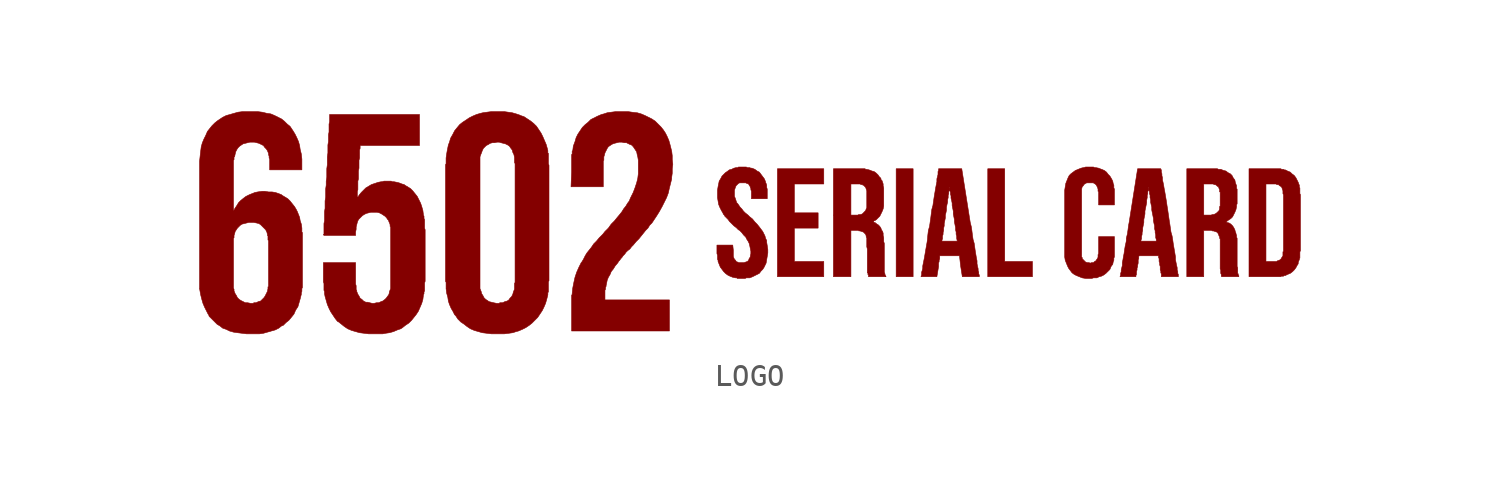
<source format=kicad_sym>
(kicad_symbol_lib
  (version 20231120)
  (generator "kicad_symbol_editor")
  (generator_version "8.0")
  (symbol "LOGO"
    (pin_names
      (offset 1.016))
    (property "Reference" "#G"
      (at 0 -4.242 0)
      (effects (font (size 1.524 1.524)) (hide yes)))
    (symbol "LOGO_0_0"
      (polyline (pts (xy 2.057 2.438) (xy 1.295 2.438) (xy 1.295 -2.413) (xy 2.057 -2.413) (xy 2.057 2.438)) (stroke (width 0.025) (type solid)) (fill (type outline)))
      (polyline (pts (xy 7.417 -1.727) (xy 6.172 -1.727) (xy 6.172 2.438) (xy 5.41 2.438) (xy 5.41 -2.413) (xy 7.417 -2.413) (xy 7.417 -1.727)) (stroke (width 0.025) (type solid)) (fill (type outline)))
      (polyline (pts (xy -1.956 -1.727) (xy -3.277 -1.727) (xy -3.277 -0.229) (xy -2.21 -0.229) (xy -2.21 0.457) (xy -3.277 0.457) (xy -3.277 1.753) (xy -1.956 1.753) (xy -1.956 2.438) (xy -4.039 2.438) (xy -4.039 -2.413) (xy -1.956 -2.413) (xy -1.956 -1.727)) (stroke (width 0.025) (type solid)) (fill (type outline)))
      (polyline (pts (xy 18.593 -2.388) (xy 18.694 -2.388) (xy 18.72 -2.362) (xy 18.771 -2.362) (xy 18.872 -2.311) (xy 18.999 -2.261) (xy 19.101 -2.184) (xy 19.177 -2.108) (xy 19.253 -2.007) (xy 19.304 -1.905) (xy 19.329 -1.88) (xy 19.355 -1.829) (xy 19.355 -1.778) (xy 19.38 -1.702) (xy 19.406 -1.651) (xy 19.406 -1.6) (xy 19.431 -1.575) (xy 19.431 -1.295) (xy 19.456 -1.245) (xy 19.456 1.27) (xy 19.431 1.321) (xy 19.431 1.575) (xy 19.406 1.6) (xy 19.406 1.702) (xy 19.38 1.753) (xy 19.355 1.829) (xy 19.253 2.032) (xy 19.177 2.134) (xy 19.075 2.21) (xy 18.999 2.286) (xy 18.872 2.337) (xy 18.771 2.388) (xy 18.72 2.388) (xy 18.694 2.413) (xy 18.618 2.413) (xy 18.567 2.438) (xy 17.145 2.438) (xy 17.145 -1.727) (xy 17.907 -1.727) (xy 17.907 1.753) (xy 18.364 1.753) (xy 18.39 1.727) (xy 18.466 1.727) (xy 18.517 1.676) (xy 18.567 1.651) (xy 18.618 1.6) (xy 18.669 1.448) (xy 18.669 1.321) (xy 18.694 1.27) (xy 18.694 -1.27) (xy 18.669 -1.295) (xy 18.669 -1.473) (xy 18.618 -1.549) (xy 18.593 -1.6) (xy 18.542 -1.651) (xy 18.491 -1.676) (xy 18.415 -1.702) (xy 18.39 -1.727) (xy 17.907 -1.727) (xy 17.145 -1.727) (xy 17.145 -2.413) (xy 18.567 -2.413) (xy 18.593 -2.388)) (stroke (width 0.025) (type solid)) (fill (type outline)))
      (polyline (pts (xy 10.16 -2.464) (xy 10.312 -2.464) (xy 10.414 -2.413) (xy 10.516 -2.388) (xy 10.617 -2.337) (xy 10.719 -2.261) (xy 10.897 -2.083) (xy 10.947 -1.956) (xy 11.024 -1.854) (xy 11.049 -1.727) (xy 11.074 -1.676) (xy 11.074 -1.575) (xy 11.1 -1.524) (xy 11.1 -0.61) (xy 10.389 -0.61) (xy 10.389 -1.372) (xy 10.363 -1.422) (xy 10.363 -1.549) (xy 10.338 -1.575) (xy 10.338 -1.6) (xy 10.312 -1.626) (xy 10.262 -1.702) (xy 10.211 -1.727) (xy 10.16 -1.778) (xy 10.084 -1.778) (xy 10.008 -1.803) (xy 9.957 -1.778) (xy 9.881 -1.778) (xy 9.804 -1.753) (xy 9.652 -1.6) (xy 9.652 -1.549) (xy 9.627 -1.524) (xy 9.627 1.524) (xy 9.652 1.626) (xy 9.703 1.676) (xy 9.728 1.727) (xy 9.804 1.778) (xy 9.855 1.803) (xy 10.16 1.803) (xy 10.185 1.778) (xy 10.236 1.753) (xy 10.287 1.702) (xy 10.338 1.6) (xy 10.363 1.524) (xy 10.363 1.422) (xy 10.389 1.422) (xy 10.389 0.813) (xy 11.1 0.813) (xy 11.1 1.524) (xy 11.074 1.575) (xy 11.074 1.702) (xy 11.049 1.753) (xy 11.024 1.88) (xy 10.973 1.981) (xy 10.897 2.108) (xy 10.82 2.184) (xy 10.744 2.286) (xy 10.643 2.362) (xy 10.389 2.464) (xy 10.262 2.489) (xy 10.211 2.489) (xy 10.16 2.515) (xy 9.804 2.515) (xy 9.728 2.489) (xy 9.703 2.489) (xy 9.601 2.464) (xy 9.347 2.362) (xy 9.144 2.21) (xy 9.068 2.134) (xy 9.017 2.032) (xy 8.915 1.778) (xy 8.865 1.473) (xy 8.865 -1.524) (xy 8.89 -1.676) (xy 8.992 -1.93) (xy 9.042 -2.032) (xy 9.195 -2.235) (xy 9.296 -2.311) (xy 9.398 -2.362) (xy 9.652 -2.464) (xy 9.804 -2.489) (xy 10.084 -2.489) (xy 10.16 -2.464)) (stroke (width 0.025) (type solid)) (fill (type outline)))
      (polyline (pts (xy -0.737 -0.33) (xy -0.406 -0.33) (xy -0.381 -0.356) (xy -0.33 -0.356) (xy -0.178 -0.406) (xy -0.076 -0.508) (xy -0.051 -0.584) (xy -0.051 -0.635) (xy -0.025 -0.66) (xy -0.025 -1.067) (xy 0 -1.168) (xy 0 -2.235) (xy 0.025 -2.235) (xy 0.025 -2.311) (xy 0.051 -2.337) (xy 0.051 -2.413) (xy 0.838 -2.413) (xy 0.838 -2.388) (xy 0.813 -2.388) (xy 0.813 -2.337) (xy 0.787 -2.311) (xy 0.787 -2.261) (xy 0.762 -2.21) (xy 0.762 -0.914) (xy 0.737 -0.838) (xy 0.737 -0.66) (xy 0.711 -0.559) (xy 0.711 -0.457) (xy 0.686 -0.381) (xy 0.635 -0.305) (xy 0.61 -0.229) (xy 0.559 -0.152) (xy 0.483 -0.076) (xy 0.432 -0.051) (xy 0.406 -0.025) (xy 0.356 0) (xy 0.356 0.025) (xy 0.305 0.025) (xy 0.279 0.051) (xy 0.254 0.051) (xy 0.254 0.076) (xy 0.279 0.076) (xy 0.305 0.102) (xy 0.33 0.102) (xy 0.406 0.152) (xy 0.559 0.305) (xy 0.66 0.508) (xy 0.711 0.635) (xy 0.737 0.762) (xy 0.737 1.575) (xy 0.711 1.676) (xy 0.711 1.753) (xy 0.66 1.905) (xy 0.61 1.956) (xy 0.61 2.007) (xy 0.533 2.083) (xy 0.483 2.159) (xy 0.406 2.235) (xy 0.305 2.311) (xy 0.203 2.337) (xy 0.076 2.388) (xy -0.051 2.413) (xy -0.076 2.413) (xy -0.102 2.438) (xy -1.524 2.438) (xy -1.524 0.356) (xy -0.737 0.356) (xy -0.737 1.753) (xy -0.33 1.753) (xy -0.279 1.727) (xy -0.229 1.727) (xy -0.203 1.702) (xy -0.178 1.702) (xy -0.076 1.6) (xy -0.025 1.448) (xy -0.025 0.686) (xy -0.051 0.635) (xy -0.076 0.559) (xy -0.229 0.406) (xy -0.305 0.381) (xy -0.381 0.381) (xy -0.432 0.356) (xy -0.737 0.356) (xy -1.524 0.356) (xy -1.524 -2.413) (xy -0.737 -2.413) (xy -0.737 -0.33)) (stroke (width 0.025) (type solid)) (fill (type outline)))
      (polyline (pts (xy 15.113 -0.33) (xy 15.469 -0.33) (xy 15.494 -0.356) (xy 15.545 -0.356) (xy 15.697 -0.406) (xy 15.748 -0.457) (xy 15.773 -0.508) (xy 15.799 -0.584) (xy 15.824 -0.61) (xy 15.824 -0.686) (xy 15.85 -0.711) (xy 15.85 -2.057) (xy 15.875 -2.108) (xy 15.875 -2.261) (xy 15.9 -2.311) (xy 15.9 -2.388) (xy 15.926 -2.413) (xy 16.688 -2.413) (xy 16.688 -2.362) (xy 16.662 -2.337) (xy 16.662 -2.286) (xy 16.637 -2.261) (xy 16.637 -2.007) (xy 16.612 -1.956) (xy 16.612 -0.686) (xy 16.586 -0.635) (xy 16.586 -0.533) (xy 16.561 -0.508) (xy 16.561 -0.457) (xy 16.535 -0.406) (xy 16.51 -0.305) (xy 16.459 -0.203) (xy 16.408 -0.127) (xy 16.332 -0.051) (xy 16.256 0) (xy 16.154 0.025) (xy 16.129 0.051) (xy 16.104 0.051) (xy 16.129 0.076) (xy 16.154 0.076) (xy 16.18 0.102) (xy 16.332 0.203) (xy 16.408 0.279) (xy 16.51 0.483) (xy 16.561 0.61) (xy 16.586 0.737) (xy 16.586 0.813) (xy 16.612 0.864) (xy 16.612 1.524) (xy 16.586 1.549) (xy 16.586 1.676) (xy 16.535 1.803) (xy 16.51 1.93) (xy 16.434 2.032) (xy 16.383 2.134) (xy 16.307 2.21) (xy 16.205 2.261) (xy 16.104 2.337) (xy 16.002 2.362) (xy 15.875 2.413) (xy 15.773 2.413) (xy 15.723 2.438) (xy 14.351 2.438) (xy 14.351 0.356) (xy 15.113 0.356) (xy 15.113 1.753) (xy 15.545 1.753) (xy 15.57 1.727) (xy 15.621 1.727) (xy 15.672 1.702) (xy 15.723 1.651) (xy 15.773 1.626) (xy 15.799 1.549) (xy 15.824 1.499) (xy 15.824 1.397) (xy 15.85 1.397) (xy 15.85 0.762) (xy 15.824 0.737) (xy 15.824 0.635) (xy 15.799 0.559) (xy 15.697 0.457) (xy 15.621 0.406) (xy 15.545 0.381) (xy 15.494 0.381) (xy 15.443 0.356) (xy 15.113 0.356) (xy 14.351 0.356) (xy 14.351 -2.413) (xy 15.113 -2.413) (xy 15.113 -0.33)) (stroke (width 0.025) (type solid)) (fill (type outline)))
      (polyline (pts (xy 3.2 -1.956) (xy 3.2 -1.803) (xy 3.226 -1.727) (xy 3.226 -1.676) (xy 3.251 -1.6) (xy 3.251 -1.473) (xy 4.14 -1.473) (xy 4.191 -1.93) (xy 4.267 -2.413) (xy 5.029 -2.413) (xy 5.029 -2.337) (xy 5.004 -2.286) (xy 5.004 -2.21) (xy 4.978 -2.134) (xy 4.978 -2.057) (xy 4.953 -1.956) (xy 4.928 -1.829) (xy 4.928 -1.702) (xy 4.902 -1.575) (xy 4.851 -1.27) (xy 4.801 -0.914) (xy 4.75 -0.737) (xy 4.724 -0.559) (xy 4.699 -0.356) (xy 4.674 -0.178) (xy 4.623 0.025) (xy 4.242 2.438) (xy 3.2 2.438) (xy 3.2 2.362) (xy 3.175 2.311) (xy 3.175 2.184) (xy 3.124 1.981) (xy 3.124 1.854) (xy 3.073 1.6) (xy 2.997 1.143) (xy 2.946 0.787) (xy 2.896 0.61) (xy 2.845 0.203) (xy 2.794 -0.152) (xy 2.743 -0.33) (xy 2.718 -0.533) (xy 2.692 -0.813) (xy 3.353 -0.813) (xy 3.353 -0.762) (xy 3.378 -0.711) (xy 3.378 -0.584) (xy 3.404 -0.508) (xy 3.404 -0.432) (xy 3.429 -0.33) (xy 3.429 -0.229) (xy 3.454 -0.127) (xy 3.454 -0.025) (xy 3.505 0.229) (xy 3.505 0.356) (xy 3.531 0.457) (xy 3.556 0.584) (xy 3.556 0.711) (xy 3.581 0.838) (xy 3.607 0.94) (xy 3.607 1.041) (xy 3.632 1.143) (xy 3.632 1.245) (xy 3.658 1.321) (xy 3.658 1.397) (xy 3.683 1.473) (xy 3.683 1.6) (xy 3.708 1.6) (xy 3.708 1.448) (xy 3.734 1.372) (xy 3.734 1.295) (xy 3.759 1.219) (xy 3.759 1.118) (xy 3.785 1.016) (xy 3.81 0.889) (xy 3.81 0.787) (xy 3.861 0.533) (xy 3.861 0.406) (xy 3.912 0.152) (xy 3.912 0.051) (xy 3.962 -0.203) (xy 3.962 -0.305) (xy 3.988 -0.406) (xy 3.988 -0.508) (xy 4.013 -0.584) (xy 4.013 -0.686) (xy 4.039 -0.813) (xy 3.353 -0.813) (xy 2.692 -0.813) (xy 2.616 -1.245) (xy 2.565 -1.549) (xy 2.489 -1.93) (xy 2.489 -2.032) (xy 2.464 -2.134) (xy 2.438 -2.21) (xy 2.438 -2.337) (xy 2.413 -2.388) (xy 2.413 -2.413) (xy 3.124 -2.413) (xy 3.2 -1.956)) (stroke (width 0.025) (type solid)) (fill (type outline)))
      (polyline (pts (xy 12.065 -2.362) (xy 12.09 -2.311) (xy 12.09 -2.184) (xy 12.116 -2.108) (xy 12.116 -2.032) (xy 12.141 -1.956) (xy 12.141 -1.905) (xy 12.167 -1.803) (xy 12.167 -1.651) (xy 12.192 -1.6) (xy 12.192 -1.499) (xy 12.217 -1.473) (xy 13.081 -1.473) (xy 13.081 -1.549) (xy 13.106 -1.6) (xy 13.106 -1.727) (xy 13.132 -1.803) (xy 13.132 -1.88) (xy 13.157 -1.956) (xy 13.157 -2.108) (xy 13.183 -2.159) (xy 13.183 -2.235) (xy 13.208 -2.286) (xy 13.208 -2.413) (xy 13.97 -2.413) (xy 13.97 -2.311) (xy 13.945 -2.261) (xy 13.945 -2.184) (xy 13.919 -2.108) (xy 13.919 -2.007) (xy 13.894 -1.905) (xy 13.843 -1.651) (xy 13.843 -1.524) (xy 13.741 -0.914) (xy 13.716 -0.737) (xy 13.691 -0.584) (xy 13.64 -0.406) (xy 13.589 -0.051) (xy 13.564 0.102) (xy 13.487 0.635) (xy 13.462 0.787) (xy 13.437 0.965) (xy 13.36 1.422) (xy 13.335 1.549) (xy 13.31 1.702) (xy 13.284 1.829) (xy 13.259 1.93) (xy 13.259 2.032) (xy 13.233 2.134) (xy 13.233 2.21) (xy 13.208 2.286) (xy 13.208 2.388) (xy 13.183 2.413) (xy 13.183 2.438) (xy 12.141 2.438) (xy 11.76 0.025) (xy 11.735 -0.102) (xy 11.709 -0.305) (xy 11.684 -0.483) (xy 11.633 -0.686) (xy 11.633 -0.813) (xy 12.294 -0.813) (xy 12.294 -0.762) (xy 12.319 -0.711) (xy 12.319 -0.61) (xy 12.344 -0.508) (xy 12.344 -0.432) (xy 12.37 -0.33) (xy 12.37 -0.229) (xy 12.421 0.025) (xy 12.421 0.152) (xy 12.471 0.406) (xy 12.471 0.533) (xy 12.548 0.914) (xy 12.548 1.016) (xy 12.573 1.143) (xy 12.573 1.245) (xy 12.598 1.321) (xy 12.598 1.397) (xy 12.624 1.473) (xy 12.624 1.6) (xy 12.649 1.6) (xy 12.649 1.473) (xy 12.675 1.397) (xy 12.675 1.321) (xy 12.7 1.245) (xy 12.7 1.143) (xy 12.725 1.041) (xy 12.725 0.94) (xy 12.751 0.813) (xy 12.776 0.711) (xy 12.776 0.584) (xy 12.852 0.203) (xy 12.852 0.102) (xy 12.878 -0.025) (xy 12.903 -0.127) (xy 12.903 -0.254) (xy 12.929 -0.356) (xy 12.929 -0.432) (xy 12.954 -0.533) (xy 12.954 -0.66) (xy 12.979 -0.737) (xy 12.979 -0.813) (xy 12.294 -0.813) (xy 11.633 -0.813) (xy 11.582 -1.041) (xy 11.557 -1.194) (xy 11.532 -1.372) (xy 11.506 -1.499) (xy 11.481 -1.651) (xy 11.455 -1.778) (xy 11.455 -1.905) (xy 11.405 -2.108) (xy 11.405 -2.184) (xy 11.379 -2.261) (xy 11.379 -2.362) (xy 11.354 -2.388) (xy 11.354 -2.413) (xy 12.065 -2.413) (xy 12.065 -2.362)) (stroke (width 0.025) (type solid)) (fill (type outline)))
      (polyline (pts (xy -16.104 -4.953) (xy -15.926 -4.928) (xy -15.773 -4.877) (xy -15.672 -4.851) (xy -15.494 -4.775) (xy -15.342 -4.699) (xy -15.189 -4.597) (xy -15.062 -4.496) (xy -14.808 -4.242) (xy -14.605 -3.937) (xy -14.529 -3.785) (xy -14.453 -3.607) (xy -14.402 -3.429) (xy -14.351 -3.226) (xy -14.351 -3.124) (xy -14.326 -3.099) (xy -14.326 -2.642) (xy -14.3 -2.591) (xy -14.3 2.591) (xy -14.326 2.667) (xy -14.326 3.124) (xy -14.351 3.15) (xy -14.351 3.251) (xy -14.376 3.353) (xy -14.427 3.531) (xy -14.58 3.886) (xy -14.656 4.039) (xy -14.859 4.343) (xy -14.986 4.47) (xy -15.113 4.572) (xy -15.418 4.775) (xy -15.57 4.826) (xy -15.621 4.851) (xy -15.773 4.902) (xy -15.951 4.953) (xy -16.307 5.004) (xy -16.891 5.004) (xy -17.094 4.978) (xy -17.272 4.953) (xy -17.374 4.928) (xy -17.551 4.877) (xy -17.729 4.801) (xy -17.882 4.724) (xy -18.186 4.521) (xy -18.313 4.42) (xy -18.44 4.267) (xy -18.542 4.14) (xy -18.618 3.988) (xy -18.72 3.81) (xy -18.771 3.632) (xy -18.821 3.505) (xy -18.872 3.251) (xy -18.898 3.099) (xy -18.923 2.921) (xy -18.923 2.667) (xy -18.948 2.616) (xy -18.948 -2.616) (xy -18.923 -2.667) (xy -18.923 -2.946) (xy -17.399 -2.946) (xy -17.399 2.972) (xy -17.374 3.048) (xy -17.323 3.175) (xy -17.297 3.251) (xy -17.247 3.353) (xy -17.12 3.48) (xy -17.018 3.531) (xy -16.942 3.581) (xy -16.84 3.607) (xy -16.739 3.607) (xy -16.637 3.632) (xy -16.535 3.632) (xy -16.459 3.607) (xy -16.256 3.556) (xy -16.154 3.505) (xy -16.078 3.454) (xy -16.027 3.378) (xy -15.951 3.277) (xy -15.926 3.175) (xy -15.875 3.073) (xy -15.85 2.946) (xy -15.85 2.718) (xy -15.824 2.667) (xy -15.824 -2.667) (xy -15.85 -2.718) (xy -15.85 -2.972) (xy -15.9 -3.099) (xy -15.926 -3.2) (xy -15.977 -3.302) (xy -16.053 -3.378) (xy -16.104 -3.454) (xy -16.18 -3.505) (xy -16.281 -3.531) (xy -16.383 -3.581) (xy -16.51 -3.581) (xy -16.535 -3.607) (xy -16.662 -3.607) (xy -16.789 -3.581) (xy -16.993 -3.531) (xy -17.145 -3.429) (xy -17.221 -3.353) (xy -17.272 -3.251) (xy -17.323 -3.175) (xy -17.348 -3.073) (xy -17.399 -2.946) (xy -18.923 -2.946) (xy -18.898 -3.15) (xy -18.847 -3.327) (xy -18.821 -3.505) (xy -18.771 -3.658) (xy -18.694 -3.835) (xy -18.618 -3.962) (xy -18.542 -4.115) (xy -18.491 -4.166) (xy -18.39 -4.318) (xy -18.263 -4.445) (xy -18.11 -4.547) (xy -17.983 -4.648) (xy -17.831 -4.75) (xy -17.653 -4.826) (xy -17.297 -4.928) (xy -16.891 -4.978) (xy -16.307 -4.978) (xy -16.104 -4.953)) (stroke (width 0.025) (type solid)) (fill (type outline)))
      (polyline (pts (xy -5.436 -2.464) (xy -5.283 -2.464) (xy -5.156 -2.413) (xy -4.851 -2.261) (xy -4.775 -2.159) (xy -4.699 -2.083) (xy -4.648 -2.007) (xy -4.547 -1.803) (xy -4.47 -1.346) (xy -4.47 -1.194) (xy -4.496 -1.016) (xy -4.521 -0.864) (xy -4.521 -0.787) (xy -4.572 -0.686) (xy -4.597 -0.584) (xy -4.699 -0.381) (xy -4.851 -0.178) (xy -4.953 -0.051) (xy -5.055 0.051) (xy -5.156 0.178) (xy -5.283 0.279) (xy -5.359 0.356) (xy -5.486 0.457) (xy -5.563 0.533) (xy -5.639 0.635) (xy -5.715 0.711) (xy -5.817 0.864) (xy -5.867 0.914) (xy -5.944 1.143) (xy -5.969 1.194) (xy -5.969 1.473) (xy -5.918 1.626) (xy -5.893 1.676) (xy -5.791 1.778) (xy -5.74 1.803) (xy -5.461 1.803) (xy -5.41 1.778) (xy -5.334 1.753) (xy -5.309 1.702) (xy -5.258 1.626) (xy -5.258 1.6) (xy -5.232 1.549) (xy -5.232 1.499) (xy -5.207 1.422) (xy -5.207 1.092) (xy -4.496 1.092) (xy -4.496 1.524) (xy -4.521 1.6) (xy -4.521 1.702) (xy -4.547 1.778) (xy -4.572 1.829) (xy -4.572 1.854) (xy -4.623 1.981) (xy -4.851 2.286) (xy -4.953 2.337) (xy -5.055 2.413) (xy -5.182 2.464) (xy -5.232 2.464) (xy -5.283 2.489) (xy -5.385 2.489) (xy -5.436 2.515) (xy -5.791 2.515) (xy -5.817 2.489) (xy -5.893 2.489) (xy -5.994 2.464) (xy -6.096 2.413) (xy -6.198 2.388) (xy -6.299 2.311) (xy -6.375 2.261) (xy -6.528 2.108) (xy -6.579 2.007) (xy -6.655 1.88) (xy -6.706 1.626) (xy -6.731 1.473) (xy -6.731 1.143) (xy -6.68 0.838) (xy -6.629 0.711) (xy -6.553 0.559) (xy -6.477 0.432) (xy -6.477 0.406) (xy -6.426 0.356) (xy -6.401 0.305) (xy -6.248 0.152) (xy -6.198 0.076) (xy -5.994 -0.127) (xy -5.893 -0.203) (xy -5.791 -0.305) (xy -5.74 -0.33) (xy -5.639 -0.432) (xy -5.563 -0.533) (xy -5.461 -0.635) (xy -5.41 -0.737) (xy -5.359 -0.813) (xy -5.309 -0.914) (xy -5.283 -1.016) (xy -5.232 -1.27) (xy -5.232 -1.372) (xy -5.258 -1.499) (xy -5.258 -1.524) (xy -5.309 -1.6) (xy -5.334 -1.676) (xy -5.385 -1.727) (xy -5.537 -1.778) (xy -5.791 -1.778) (xy -5.817 -1.753) (xy -5.842 -1.753) (xy -5.893 -1.727) (xy -5.918 -1.676) (xy -5.969 -1.626) (xy -5.994 -1.575) (xy -6.02 -1.499) (xy -6.02 -1.219) (xy -6.045 -0.991) (xy -6.756 -0.991) (xy -6.756 -1.372) (xy -6.731 -1.448) (xy -6.731 -1.626) (xy -6.706 -1.676) (xy -6.706 -1.727) (xy -6.604 -1.981) (xy -6.452 -2.184) (xy -6.375 -2.261) (xy -6.274 -2.337) (xy -6.172 -2.388) (xy -6.045 -2.438) (xy -5.918 -2.464) (xy -5.867 -2.464) (xy -5.842 -2.489) (xy -5.486 -2.489) (xy -5.436 -2.464)) (stroke (width 0.025) (type solid)) (fill (type outline)))
      (polyline (pts (xy -8.89 -3.454) (xy -11.786 -3.454) (xy -11.786 -3.023) (xy -11.76 -2.972) (xy -11.76 -2.896) (xy -11.735 -2.845) (xy -11.735 -2.819) (xy -11.684 -2.565) (xy -11.633 -2.438) (xy -11.557 -2.311) (xy -11.506 -2.184) (xy -11.405 -2.057) (xy -11.328 -1.93) (xy -11.201 -1.778) (xy -11.176 -1.727) (xy -11.125 -1.676) (xy -11.074 -1.6) (xy -11.024 -1.549) (xy -10.973 -1.473) (xy -10.897 -1.397) (xy -10.846 -1.321) (xy -10.77 -1.245) (xy -10.668 -1.168) (xy -10.592 -1.067) (xy -10.516 -0.991) (xy -10.389 -0.838) (xy -10.262 -0.711) (xy -9.957 -0.33) (xy -9.855 -0.229) (xy -9.779 -0.102) (xy -9.677 0) (xy -9.474 0.305) (xy -9.347 0.508) (xy -9.22 0.737) (xy -9.017 1.143) (xy -8.941 1.346) (xy -8.89 1.575) (xy -8.788 1.981) (xy -8.788 2.057) (xy -8.763 2.235) (xy -8.763 2.438) (xy -8.738 2.642) (xy -8.763 2.845) (xy -8.763 3.023) (xy -8.788 3.226) (xy -8.865 3.531) (xy -8.915 3.708) (xy -8.992 3.886) (xy -9.068 4.039) (xy -9.169 4.191) (xy -9.271 4.318) (xy -9.525 4.572) (xy -9.677 4.674) (xy -9.982 4.826) (xy -10.16 4.902) (xy -10.338 4.953) (xy -10.363 4.953) (xy -10.566 4.978) (xy -10.744 5.004) (xy -11.303 5.004) (xy -11.506 4.978) (xy -11.684 4.953) (xy -11.836 4.902) (xy -11.938 4.877) (xy -12.116 4.801) (xy -12.421 4.648) (xy -12.548 4.521) (xy -12.675 4.42) (xy -12.802 4.293) (xy -13.005 3.988) (xy -13.081 3.835) (xy -13.132 3.658) (xy -13.208 3.454) (xy -13.233 3.251) (xy -13.259 3.226) (xy -13.259 3.099) (xy -13.284 3.073) (xy -13.284 2.286) (xy -13.31 1.626) (xy -11.862 1.626) (xy -11.862 2.794) (xy -11.836 2.819) (xy -11.836 2.972) (xy -11.811 3.048) (xy -11.786 3.15) (xy -11.684 3.353) (xy -11.633 3.429) (xy -11.481 3.531) (xy -11.43 3.556) (xy -11.354 3.581) (xy -11.151 3.632) (xy -11.024 3.632) (xy -10.922 3.607) (xy -10.82 3.607) (xy -10.668 3.531) (xy -10.592 3.505) (xy -10.516 3.429) (xy -10.363 3.2) (xy -10.338 3.073) (xy -10.312 2.972) (xy -10.287 2.819) (xy -10.287 2.21) (xy -10.312 2.007) (xy -10.363 1.803) (xy -10.439 1.575) (xy -10.516 1.372) (xy -10.643 1.118) (xy -10.693 0.991) (xy -10.77 0.889) (xy -10.846 0.762) (xy -10.947 0.635) (xy -11.024 0.508) (xy -11.125 0.381) (xy -11.252 0.229) (xy -11.354 0.102) (xy -11.506 -0.051) (xy -11.633 -0.229) (xy -11.786 -0.381) (xy -11.887 -0.508) (xy -12.04 -0.66) (xy -12.167 -0.813) (xy -12.294 -0.94) (xy -12.395 -1.092) (xy -12.598 -1.346) (xy -12.675 -1.473) (xy -12.751 -1.626) (xy -12.827 -1.753) (xy -12.852 -1.778) (xy -12.954 -1.981) (xy -13.056 -2.21) (xy -13.132 -2.438) (xy -13.183 -2.667) (xy -13.233 -2.921) (xy -13.259 -3.175) (xy -13.259 -3.2) (xy -13.284 -3.251) (xy -13.284 -4.851) (xy -8.89 -4.851) (xy -8.89 -3.454)) (stroke (width 0.025) (type solid)) (fill (type outline)))
      (polyline (pts (xy -21.641 -4.953) (xy -21.463 -4.928) (xy -21.285 -4.877) (xy -21.107 -4.801) (xy -20.955 -4.75) (xy -20.879 -4.699) (xy -20.752 -4.597) (xy -20.599 -4.496) (xy -20.472 -4.369) (xy -20.269 -4.115) (xy -20.168 -3.962) (xy -20.015 -3.607) (xy -19.964 -3.429) (xy -19.939 -3.226) (xy -19.914 -3.175) (xy -19.914 -3.099) (xy -19.888 -3.048) (xy -19.888 -2.692) (xy -19.863 -2.616) (xy -19.863 -0.305) (xy -19.888 -0.229) (xy -19.888 0.152) (xy -19.914 0.203) (xy -19.914 0.305) (xy -19.939 0.356) (xy -19.964 0.559) (xy -20.015 0.737) (xy -20.066 0.889) (xy -20.218 1.194) (xy -20.422 1.448) (xy -20.523 1.549) (xy -20.777 1.702) (xy -20.803 1.727) (xy -20.904 1.753) (xy -21.031 1.803) (xy -21.133 1.829) (xy -21.26 1.854) (xy -21.336 1.854) (xy -21.387 1.88) (xy -21.717 1.88) (xy -21.793 1.854) (xy -21.844 1.854) (xy -21.971 1.829) (xy -22.276 1.727) (xy -22.53 1.575) (xy -22.733 1.372) (xy -22.835 1.245) (xy -22.86 1.194) (xy -22.885 1.168) (xy -22.911 1.168) (xy -22.911 1.422) (xy -22.885 1.499) (xy -22.885 1.88) (xy -22.86 1.981) (xy -22.86 2.337) (xy -22.835 2.464) (xy -22.835 2.819) (xy -22.809 2.921) (xy -22.809 3.277) (xy -22.784 3.353) (xy -22.784 3.48) (xy -20.117 3.48) (xy -20.117 4.877) (xy -24.155 4.877) (xy -24.155 4.547) (xy -24.181 4.445) (xy -24.181 4.089) (xy -24.206 3.962) (xy -24.206 3.658) (xy -24.232 3.505) (xy -24.232 3.15) (xy -24.257 2.972) (xy -24.257 2.616) (xy -24.282 2.438) (xy -24.282 2.057) (xy -24.308 1.88) (xy -24.308 1.702) (xy -24.333 1.524) (xy -24.333 1.168) (xy -24.359 0.991) (xy -24.359 0.66) (xy -24.384 0.508) (xy -24.384 0.102) (xy -24.409 -0.025) (xy -24.409 -0.508) (xy -24.435 -0.508) (xy -24.409 -0.559) (xy -22.987 -0.559) (xy -22.987 -0.406) (xy -22.962 -0.279) (xy -22.962 -0.178) (xy -22.911 0.025) (xy -22.885 0.102) (xy -22.835 0.178) (xy -22.682 0.33) (xy -22.606 0.381) (xy -22.504 0.432) (xy -22.301 0.483) (xy -22.022 0.483) (xy -21.92 0.457) (xy -21.819 0.406) (xy -21.666 0.305) (xy -21.59 0.229) (xy -21.565 0.178) (xy -21.514 0.127) (xy -21.488 0.051) (xy -21.463 0) (xy -21.438 -0.076) (xy -21.438 -0.152) (xy -21.412 -0.178) (xy -21.412 -2.946) (xy -21.463 -3.073) (xy -21.488 -3.2) (xy -21.539 -3.277) (xy -21.615 -3.378) (xy -21.666 -3.429) (xy -21.768 -3.505) (xy -21.844 -3.531) (xy -21.946 -3.581) (xy -22.047 -3.581) (xy -22.149 -3.607) (xy -22.25 -3.607) (xy -22.454 -3.556) (xy -22.53 -3.556) (xy -22.631 -3.505) (xy -22.708 -3.429) (xy -22.784 -3.378) (xy -22.835 -3.277) (xy -22.885 -3.2) (xy -22.936 -3.073) (xy -22.936 -3.023) (xy -22.962 -2.997) (xy -22.962 -2.819) (xy -22.987 -2.743) (xy -22.987 -1.778) (xy -24.435 -1.778) (xy -24.435 -2.642) (xy -24.409 -2.718) (xy -24.409 -3.023) (xy -24.384 -3.073) (xy -24.384 -3.175) (xy -24.359 -3.302) (xy -24.257 -3.658) (xy -24.181 -3.835) (xy -24.105 -3.988) (xy -23.901 -4.293) (xy -23.8 -4.42) (xy -23.749 -4.445) (xy -23.495 -4.648) (xy -23.343 -4.75) (xy -23.165 -4.826) (xy -22.809 -4.928) (xy -22.403 -4.978) (xy -21.768 -4.978) (xy -21.641 -4.953)) (stroke (width 0.025) (type solid)) (fill (type outline)))
      (polyline (pts (xy -27.127 -4.953) (xy -26.594 -4.801) (xy -26.441 -4.724) (xy -26.314 -4.623) (xy -26.238 -4.597) (xy -26.111 -4.47) (xy -25.984 -4.369) (xy -25.857 -4.216) (xy -25.756 -4.089) (xy -25.679 -3.912) (xy -25.578 -3.759) (xy -25.476 -3.404) (xy -25.425 -3.2) (xy -25.425 -3.124) (xy -25.4 -3.073) (xy -25.4 -2.946) (xy -25.375 -2.896) (xy -25.375 -0.432) (xy -25.4 -0.406) (xy -25.4 -0.229) (xy -25.425 -0.051) (xy -25.476 0.102) (xy -25.502 0.254) (xy -25.603 0.508) (xy -25.654 0.61) (xy -25.73 0.737) (xy -25.933 0.991) (xy -26.035 1.092) (xy -26.289 1.245) (xy -26.314 1.27) (xy -26.441 1.321) (xy -26.594 1.372) (xy -26.746 1.397) (xy -26.899 1.397) (xy -27.051 1.422) (xy -27.203 1.422) (xy -27.381 1.397) (xy -27.508 1.372) (xy -27.762 1.27) (xy -27.915 1.194) (xy -28.016 1.118) (xy -28.143 1.016) (xy -28.245 0.914) (xy -28.321 0.787) (xy -28.423 0.635) (xy -28.423 0.61) (xy -28.473 0.559) (xy -28.473 2.819) (xy -28.448 2.845) (xy -28.448 2.972) (xy -28.423 2.972) (xy -28.397 3.099) (xy -28.372 3.2) (xy -28.321 3.302) (xy -28.27 3.378) (xy -28.194 3.454) (xy -28.042 3.556) (xy -27.737 3.632) (xy -27.534 3.632) (xy -27.33 3.581) (xy -27.127 3.48) (xy -27.076 3.404) (xy -27 3.327) (xy -26.949 3.251) (xy -26.899 3.124) (xy -26.899 3.073) (xy -26.873 2.997) (xy -26.873 2.921) (xy -26.848 2.87) (xy -26.848 2.388) (xy -25.4 2.388) (xy -25.4 2.87) (xy -25.425 3.099) (xy -25.476 3.302) (xy -25.502 3.48) (xy -25.552 3.658) (xy -25.629 3.835) (xy -25.705 3.988) (xy -25.781 4.115) (xy -25.933 4.343) (xy -26.06 4.445) (xy -26.187 4.572) (xy -26.314 4.674) (xy -26.619 4.826) (xy -26.797 4.902) (xy -26.975 4.928) (xy -27.178 4.978) (xy -27.381 5.004) (xy -28.067 5.004) (xy -28.27 4.978) (xy -28.804 4.826) (xy -28.956 4.75) (xy -29.185 4.597) (xy -29.312 4.496) (xy -29.439 4.369) (xy -29.642 4.115) (xy -29.718 3.937) (xy -29.794 3.785) (xy -29.87 3.607) (xy -29.921 3.429) (xy -29.947 3.226) (xy -29.997 2.769) (xy -29.997 -2.819) (xy -29.997 -2.946) (xy -28.473 -2.946) (xy -28.473 -0.686) (xy -28.448 -0.66) (xy -28.448 -0.559) (xy -28.423 -0.483) (xy -28.397 -0.381) (xy -28.296 -0.229) (xy -28.169 -0.102) (xy -28.092 -0.051) (xy -27.788 0.025) (xy -27.559 0.025) (xy -27.432 0) (xy -27.33 -0.025) (xy -27.254 -0.076) (xy -27.026 -0.305) (xy -26.975 -0.406) (xy -26.949 -0.508) (xy -26.949 -0.559) (xy -26.924 -0.584) (xy -26.924 -0.762) (xy -26.899 -0.787) (xy -26.899 -2.845) (xy -26.924 -2.87) (xy -26.924 -2.946) (xy -26.949 -3.073) (xy -27.051 -3.277) (xy -27.102 -3.353) (xy -27.254 -3.505) (xy -27.356 -3.531) (xy -27.457 -3.581) (xy -27.559 -3.581) (xy -27.584 -3.607) (xy -27.711 -3.607) (xy -27.838 -3.581) (xy -27.94 -3.581) (xy -28.143 -3.48) (xy -28.219 -3.429) (xy -28.296 -3.353) (xy -28.346 -3.251) (xy -28.397 -3.175) (xy -28.448 -3.048) (xy -28.448 -2.972) (xy -28.473 -2.946) (xy -29.997 -2.946) (xy -29.947 -3.226) (xy -29.896 -3.429) (xy -29.845 -3.607) (xy -29.769 -3.785) (xy -29.616 -4.089) (xy -29.591 -4.115) (xy -29.566 -4.191) (xy -29.21 -4.547) (xy -29.083 -4.623) (xy -28.956 -4.724) (xy -28.804 -4.775) (xy -28.651 -4.851) (xy -28.473 -4.902) (xy -28.296 -4.928) (xy -27.889 -4.978) (xy -27.305 -4.978) (xy -27.127 -4.953)) (stroke (width 0.025) (type solid)) (fill (type outline))))))
</source>
